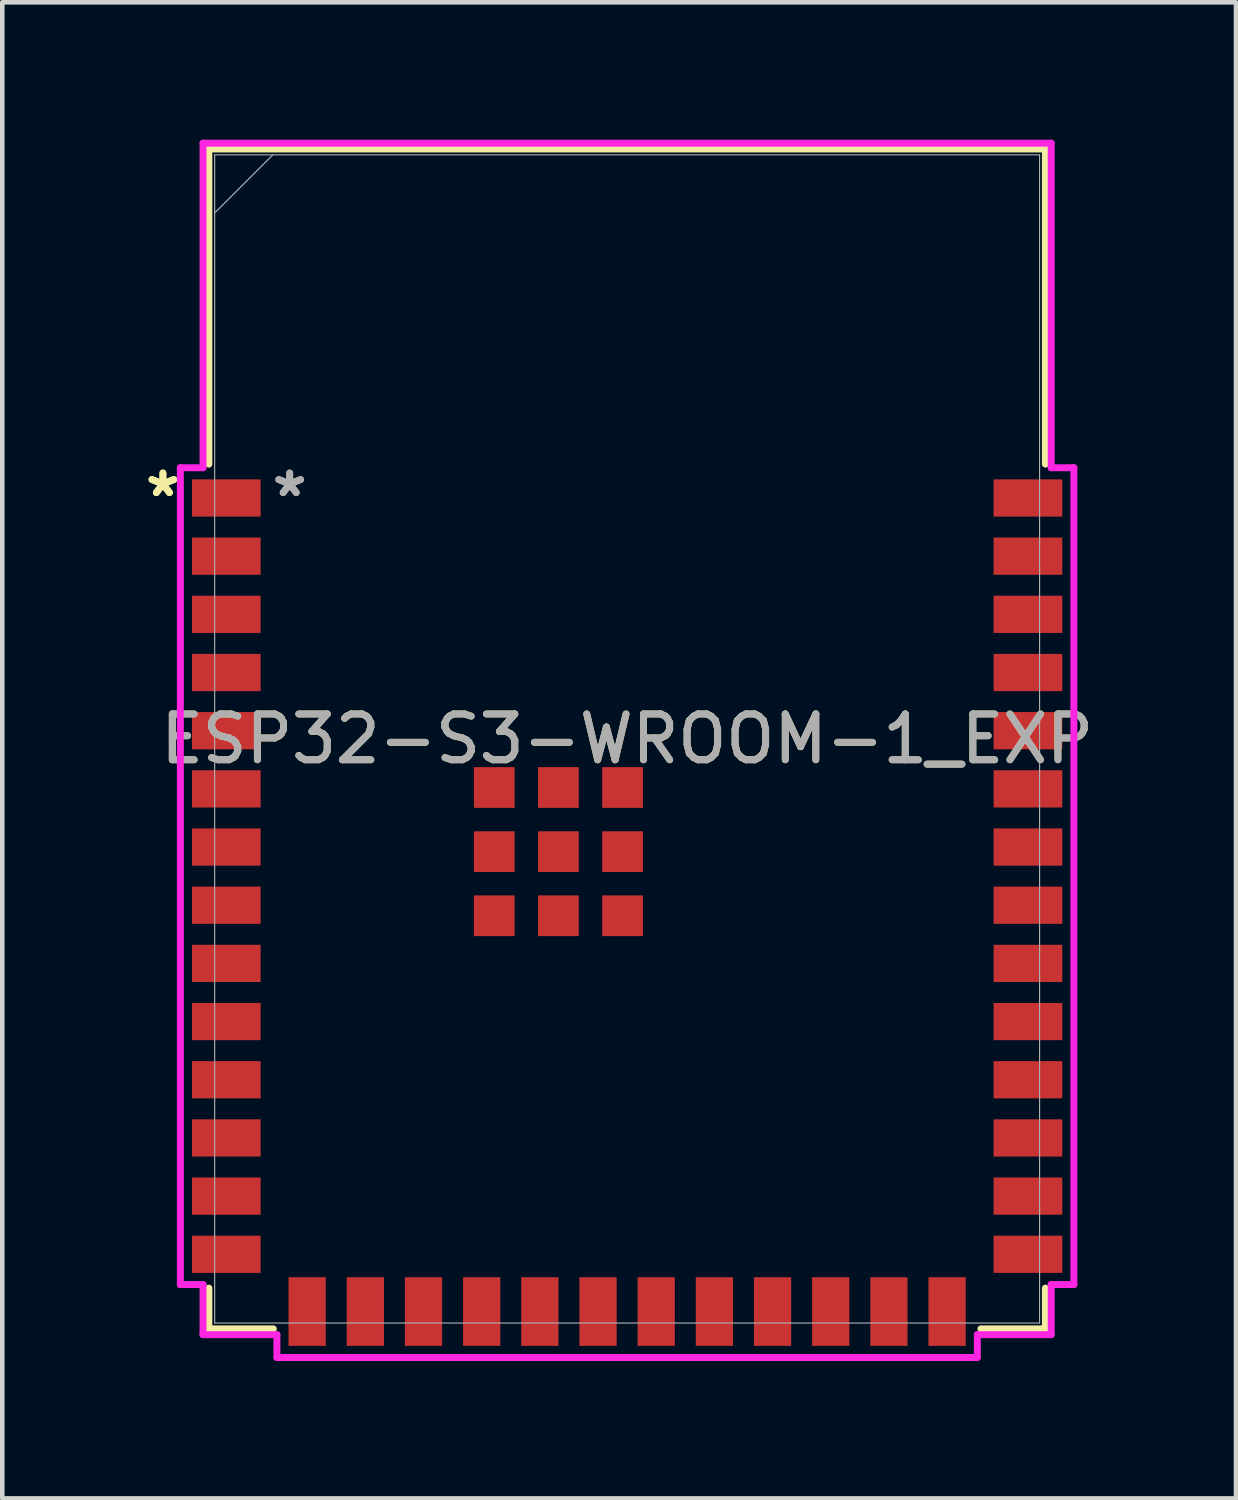
<source format=kicad_pcb>
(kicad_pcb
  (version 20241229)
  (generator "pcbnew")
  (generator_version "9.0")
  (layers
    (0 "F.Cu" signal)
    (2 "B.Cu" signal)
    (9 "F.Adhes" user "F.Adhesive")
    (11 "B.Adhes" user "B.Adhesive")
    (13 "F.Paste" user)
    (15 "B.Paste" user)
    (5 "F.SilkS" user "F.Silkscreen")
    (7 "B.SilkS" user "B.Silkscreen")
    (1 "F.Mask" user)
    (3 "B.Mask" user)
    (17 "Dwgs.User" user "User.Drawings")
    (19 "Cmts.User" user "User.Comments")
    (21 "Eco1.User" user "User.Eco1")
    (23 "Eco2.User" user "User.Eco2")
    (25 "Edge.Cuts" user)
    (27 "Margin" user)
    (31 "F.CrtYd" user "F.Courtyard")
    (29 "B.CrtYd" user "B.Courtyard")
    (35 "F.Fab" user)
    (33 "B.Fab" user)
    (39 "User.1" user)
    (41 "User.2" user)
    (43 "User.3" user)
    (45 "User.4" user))
  (footprint "ESP32-S3-WROOM-1_EXP"
    (layer "F.Cu")
    (at 10.64 13.081)
    (property "Reference" "ESP32-S3-WROOM-1_EXP" (at 0 0 0) (unlocked yes) (layer "F.SilkS") (effects (font (size 1 1) (thickness 0.15))))
    (attr smd)
    (fp_line (start -9.131 -12.878) (end -9.131 -5.999) (stroke (width 0.152) (type solid)) (layer "F.SilkS"))
    (fp_line (start -9.131 11.989) (end -9.131 12.878) (stroke (width 0.152) (type solid)) (layer "F.SilkS"))
    (fp_line (start -9.131 12.878) (end -7.724 12.878) (stroke (width 0.152) (type solid)) (layer "F.SilkS"))
    (fp_line (start 7.724 12.878) (end 9.131 12.878) (stroke (width 0.152) (type solid)) (layer "F.SilkS"))
    (fp_line (start 9.131 -12.878) (end -9.131 -12.878) (stroke (width 0.152) (type solid)) (layer "F.SilkS"))
    (fp_line (start 9.131 -5.999) (end 9.131 -12.878) (stroke (width 0.152) (type solid)) (layer "F.SilkS"))
    (fp_line (start 9.131 12.878) (end 9.131 11.989) (stroke (width 0.152) (type solid)) (layer "F.SilkS"))
    (fp_line (start -9.753 -5.92) (end -9.753 11.91) (stroke (width 0.152) (type solid)) (layer "F.CrtYd"))
    (fp_line (start -9.753 11.91) (end -9.258 11.91) (stroke (width 0.152) (type solid)) (layer "F.CrtYd"))
    (fp_line (start -9.258 -13.005) (end -9.258 -5.92) (stroke (width 0.152) (type solid)) (layer "F.CrtYd"))
    (fp_line (start -9.258 -5.92) (end -9.753 -5.92) (stroke (width 0.152) (type solid)) (layer "F.CrtYd"))
    (fp_line (start -9.258 11.91) (end -9.258 13.005) (stroke (width 0.152) (type solid)) (layer "F.CrtYd"))
    (fp_line (start -9.258 13.005) (end -7.645 13.005) (stroke (width 0.152) (type solid)) (layer "F.CrtYd"))
    (fp_line (start -7.645 13.005) (end -7.645 13.503) (stroke (width 0.152) (type solid)) (layer "F.CrtYd"))
    (fp_line (start -7.645 13.503) (end 7.645 13.503) (stroke (width 0.152) (type solid)) (layer "F.CrtYd"))
    (fp_line (start 7.645 13.005) (end 9.258 13.005) (stroke (width 0.152) (type solid)) (layer "F.CrtYd"))
    (fp_line (start 7.645 13.503) (end 7.645 13.005) (stroke (width 0.152) (type solid)) (layer "F.CrtYd"))
    (fp_line (start 9.258 -13.005) (end -9.258 -13.005) (stroke (width 0.152) (type solid)) (layer "F.CrtYd"))
    (fp_line (start 9.258 -5.92) (end 9.258 -13.005) (stroke (width 0.152) (type solid)) (layer "F.CrtYd"))
    (fp_line (start 9.258 11.91) (end 9.753 11.91) (stroke (width 0.152) (type solid)) (layer "F.CrtYd"))
    (fp_line (start 9.258 13.005) (end 9.258 11.91) (stroke (width 0.152) (type solid)) (layer "F.CrtYd"))
    (fp_line (start 9.753 -5.92) (end 9.258 -5.92) (stroke (width 0.152) (type solid)) (layer "F.CrtYd"))
    (fp_line (start 9.753 11.91) (end 9.753 -5.92) (stroke (width 0.152) (type solid)) (layer "F.CrtYd"))
    (fp_line (start -9.004 -12.751) (end -9.004 12.751) (stroke (width 0.025) (type solid)) (layer "F.Fab"))
    (fp_line (start -9.004 -11.481) (end -7.734 -12.751) (stroke (width 0.025) (type solid)) (layer "F.Fab"))
    (fp_line (start -9.004 12.751) (end 9.004 12.751) (stroke (width 0.025) (type solid)) (layer "F.Fab"))
    (fp_line (start 9.004 -12.751) (end -9.004 -12.751) (stroke (width 0.025) (type solid)) (layer "F.Fab"))
    (fp_line (start 9.004 12.751) (end 9.004 -12.751) (stroke (width 0.025) (type solid)) (layer "F.Fab"))
    (fp_text user "*" (at -10.134 -5.26 0) (layer "F.SilkS") (effects (font (size 1 1) (thickness 0.15))))
    (fp_text user "*" (at -10.134 -5.26 0) (unlocked yes) (layer "F.SilkS") (effects (font (size 1 1) (thickness 0.15))))
    (fp_text user "${REFERENCE}" (at 0 0 0) (unlocked yes) (layer "F.Fab") (effects (font (size 1 1) (thickness 0.15))))
    (fp_text user "*" (at -7.366 -5.26 0) (layer "F.Fab") (effects (font (size 1 1) (thickness 0.15))))
    (fp_text user "*" (at -7.366 -5.26 0) (unlocked yes) (layer "F.Fab") (effects (font (size 1 1) (thickness 0.15))))
    (pad "1" smd rect (at -8.75 -5.26) (size 1.499 0.813) (layers "F.Cu" "F.Mask" "F.Paste"))
    (pad "2" smd rect (at -8.75 -3.99) (size 1.499 0.813) (layers "F.Cu" "F.Mask" "F.Paste"))
    (pad "3" smd rect (at -8.75 -2.72) (size 1.499 0.813) (layers "F.Cu" "F.Mask" "F.Paste"))
    (pad "4" smd rect (at -8.75 -1.45) (size 1.499 0.813) (layers "F.Cu" "F.Mask" "F.Paste"))
    (pad "5" smd rect (at -8.75 -0.18) (size 1.499 0.813) (layers "F.Cu" "F.Mask" "F.Paste"))
    (pad "6" smd rect (at -8.75 1.09) (size 1.499 0.813) (layers "F.Cu" "F.Mask" "F.Paste"))
    (pad "7" smd rect (at -8.75 2.36) (size 1.499 0.813) (layers "F.Cu" "F.Mask" "F.Paste"))
    (pad "8" smd rect (at -8.75 3.63) (size 1.499 0.813) (layers "F.Cu" "F.Mask" "F.Paste"))
    (pad "9" smd rect (at -8.75 4.9) (size 1.499 0.813) (layers "F.Cu" "F.Mask" "F.Paste"))
    (pad "10" smd rect (at -8.75 6.17) (size 1.499 0.813) (layers "F.Cu" "F.Mask" "F.Paste"))
    (pad "11" smd rect (at -8.75 7.44) (size 1.499 0.813) (layers "F.Cu" "F.Mask" "F.Paste"))
    (pad "12" smd rect (at -8.75 8.71) (size 1.499 0.813) (layers "F.Cu" "F.Mask" "F.Paste"))
    (pad "13" smd rect (at -8.75 9.98) (size 1.499 0.813) (layers "F.Cu" "F.Mask" "F.Paste"))
    (pad "14" smd rect (at -8.75 11.25) (size 1.499 0.813) (layers "F.Cu" "F.Mask" "F.Paste"))
    (pad "15" smd rect (at -6.985 12.5 90) (size 1.499 0.813) (layers "F.Cu" "F.Mask" "F.Paste"))
    (pad "16" smd rect (at -5.715 12.5 90) (size 1.499 0.813) (layers "F.Cu" "F.Mask" "F.Paste"))
    (pad "17" smd rect (at -4.445 12.5 90) (size 1.499 0.813) (layers "F.Cu" "F.Mask" "F.Paste"))
    (pad "18" smd rect (at -3.175 12.5 90) (size 1.499 0.813) (layers "F.Cu" "F.Mask" "F.Paste"))
    (pad "19" smd rect (at -1.905 12.5 90) (size 1.499 0.813) (layers "F.Cu" "F.Mask" "F.Paste"))
    (pad "20" smd rect (at -0.635 12.5 90) (size 1.499 0.813) (layers "F.Cu" "F.Mask" "F.Paste"))
    (pad "21" smd rect (at 0.635 12.5 90) (size 1.499 0.813) (layers "F.Cu" "F.Mask" "F.Paste"))
    (pad "22" smd rect (at 1.905 12.5 90) (size 1.499 0.813) (layers "F.Cu" "F.Mask" "F.Paste"))
    (pad "23" smd rect (at 3.175 12.5 90) (size 1.499 0.813) (layers "F.Cu" "F.Mask" "F.Paste"))
    (pad "24" smd rect (at 4.445 12.5 90) (size 1.499 0.813) (layers "F.Cu" "F.Mask" "F.Paste"))
    (pad "25" smd rect (at 5.715 12.5 90) (size 1.499 0.813) (layers "F.Cu" "F.Mask" "F.Paste"))
    (pad "26" smd rect (at 6.985 12.5 90) (size 1.499 0.813) (layers "F.Cu" "F.Mask" "F.Paste"))
    (pad "27" smd rect (at 8.75 11.25) (size 1.499 0.813) (layers "F.Cu" "F.Mask" "F.Paste"))
    (pad "28" smd rect (at 8.75 9.98) (size 1.499 0.813) (layers "F.Cu" "F.Mask" "F.Paste"))
    (pad "29" smd rect (at 8.75 8.71) (size 1.499 0.813) (layers "F.Cu" "F.Mask" "F.Paste"))
    (pad "30" smd rect (at 8.75 7.44) (size 1.499 0.813) (layers "F.Cu" "F.Mask" "F.Paste"))
    (pad "31" smd rect (at 8.75 6.17) (size 1.499 0.813) (layers "F.Cu" "F.Mask" "F.Paste"))
    (pad "32" smd rect (at 8.75 4.9) (size 1.499 0.813) (layers "F.Cu" "F.Mask" "F.Paste"))
    (pad "33" smd rect (at 8.75 3.63) (size 1.499 0.813) (layers "F.Cu" "F.Mask" "F.Paste"))
    (pad "34" smd rect (at 8.75 2.36) (size 1.499 0.813) (layers "F.Cu" "F.Mask" "F.Paste"))
    (pad "35" smd rect (at 8.75 1.09) (size 1.499 0.813) (layers "F.Cu" "F.Mask" "F.Paste"))
    (pad "36" smd rect (at 8.75 -0.18) (size 1.499 0.813) (layers "F.Cu" "F.Mask" "F.Paste"))
    (pad "37" smd rect (at 8.75 -1.45) (size 1.499 0.813) (layers "F.Cu" "F.Mask" "F.Paste"))
    (pad "38" smd rect (at 8.75 -2.72) (size 1.499 0.813) (layers "F.Cu" "F.Mask" "F.Paste"))
    (pad "39" smd rect (at 8.75 -3.99) (size 1.499 0.813) (layers "F.Cu" "F.Mask" "F.Paste"))
    (pad "40" smd rect (at 8.75 -5.26) (size 1.499 0.813) (layers "F.Cu" "F.Mask" "F.Paste"))
    (pad "41" smd rect (at -1.5 2.46) (size 0.889 0.889) (layers "F.Cu" "F.Mask" "F.Paste"))
    (pad "42" smd rect (at -2.9 1.06) (size 0.889 0.889) (layers "F.Cu" "F.Mask" "F.Paste"))
    (pad "43" smd rect (at -2.9 2.46) (size 0.889 0.889) (layers "F.Cu" "F.Mask" "F.Paste"))
    (pad "44" smd rect (at -2.9 3.86) (size 0.889 0.889) (layers "F.Cu" "F.Mask" "F.Paste"))
    (pad "45" smd rect (at -1.5 3.86) (size 0.889 0.889) (layers "F.Cu" "F.Mask" "F.Paste"))
    (pad "46" smd rect (at -0.1 3.86) (size 0.889 0.889) (layers "F.Cu" "F.Mask" "F.Paste"))
    (pad "47" smd rect (at -0.1 2.46) (size 0.889 0.889) (layers "F.Cu" "F.Mask" "F.Paste"))
    (pad "48" smd rect (at -0.1 1.06) (size 0.889 0.889) (layers "F.Cu" "F.Mask" "F.Paste"))
    (pad "49" smd rect (at -1.5 1.06) (size 0.889 0.889) (layers "F.Cu" "F.Mask" "F.Paste"))
    (zone (net_name "") (layer "F.Cu") (hatch full 0.508) (connect_pads) (min_thickness 0.254) (filled_areas_thickness no) (keepout (tracks not_allowed) (vias not_allowed) (pads allowed) (copperpour not_allowed) (footprints allowed)) (placement (enabled no)) (fill) (polygon (pts (xy 1.636 0.33) (xy 1.636 6.325) (xy 19.645 6.325) (xy 19.645 0.33)))))
  (gr_rect
    (start -3 -3)
    (end 23.932 29.66)
    (stroke (width 0.1) (type default))
    (fill no)
    (layer "Edge.Cuts")))
</source>
